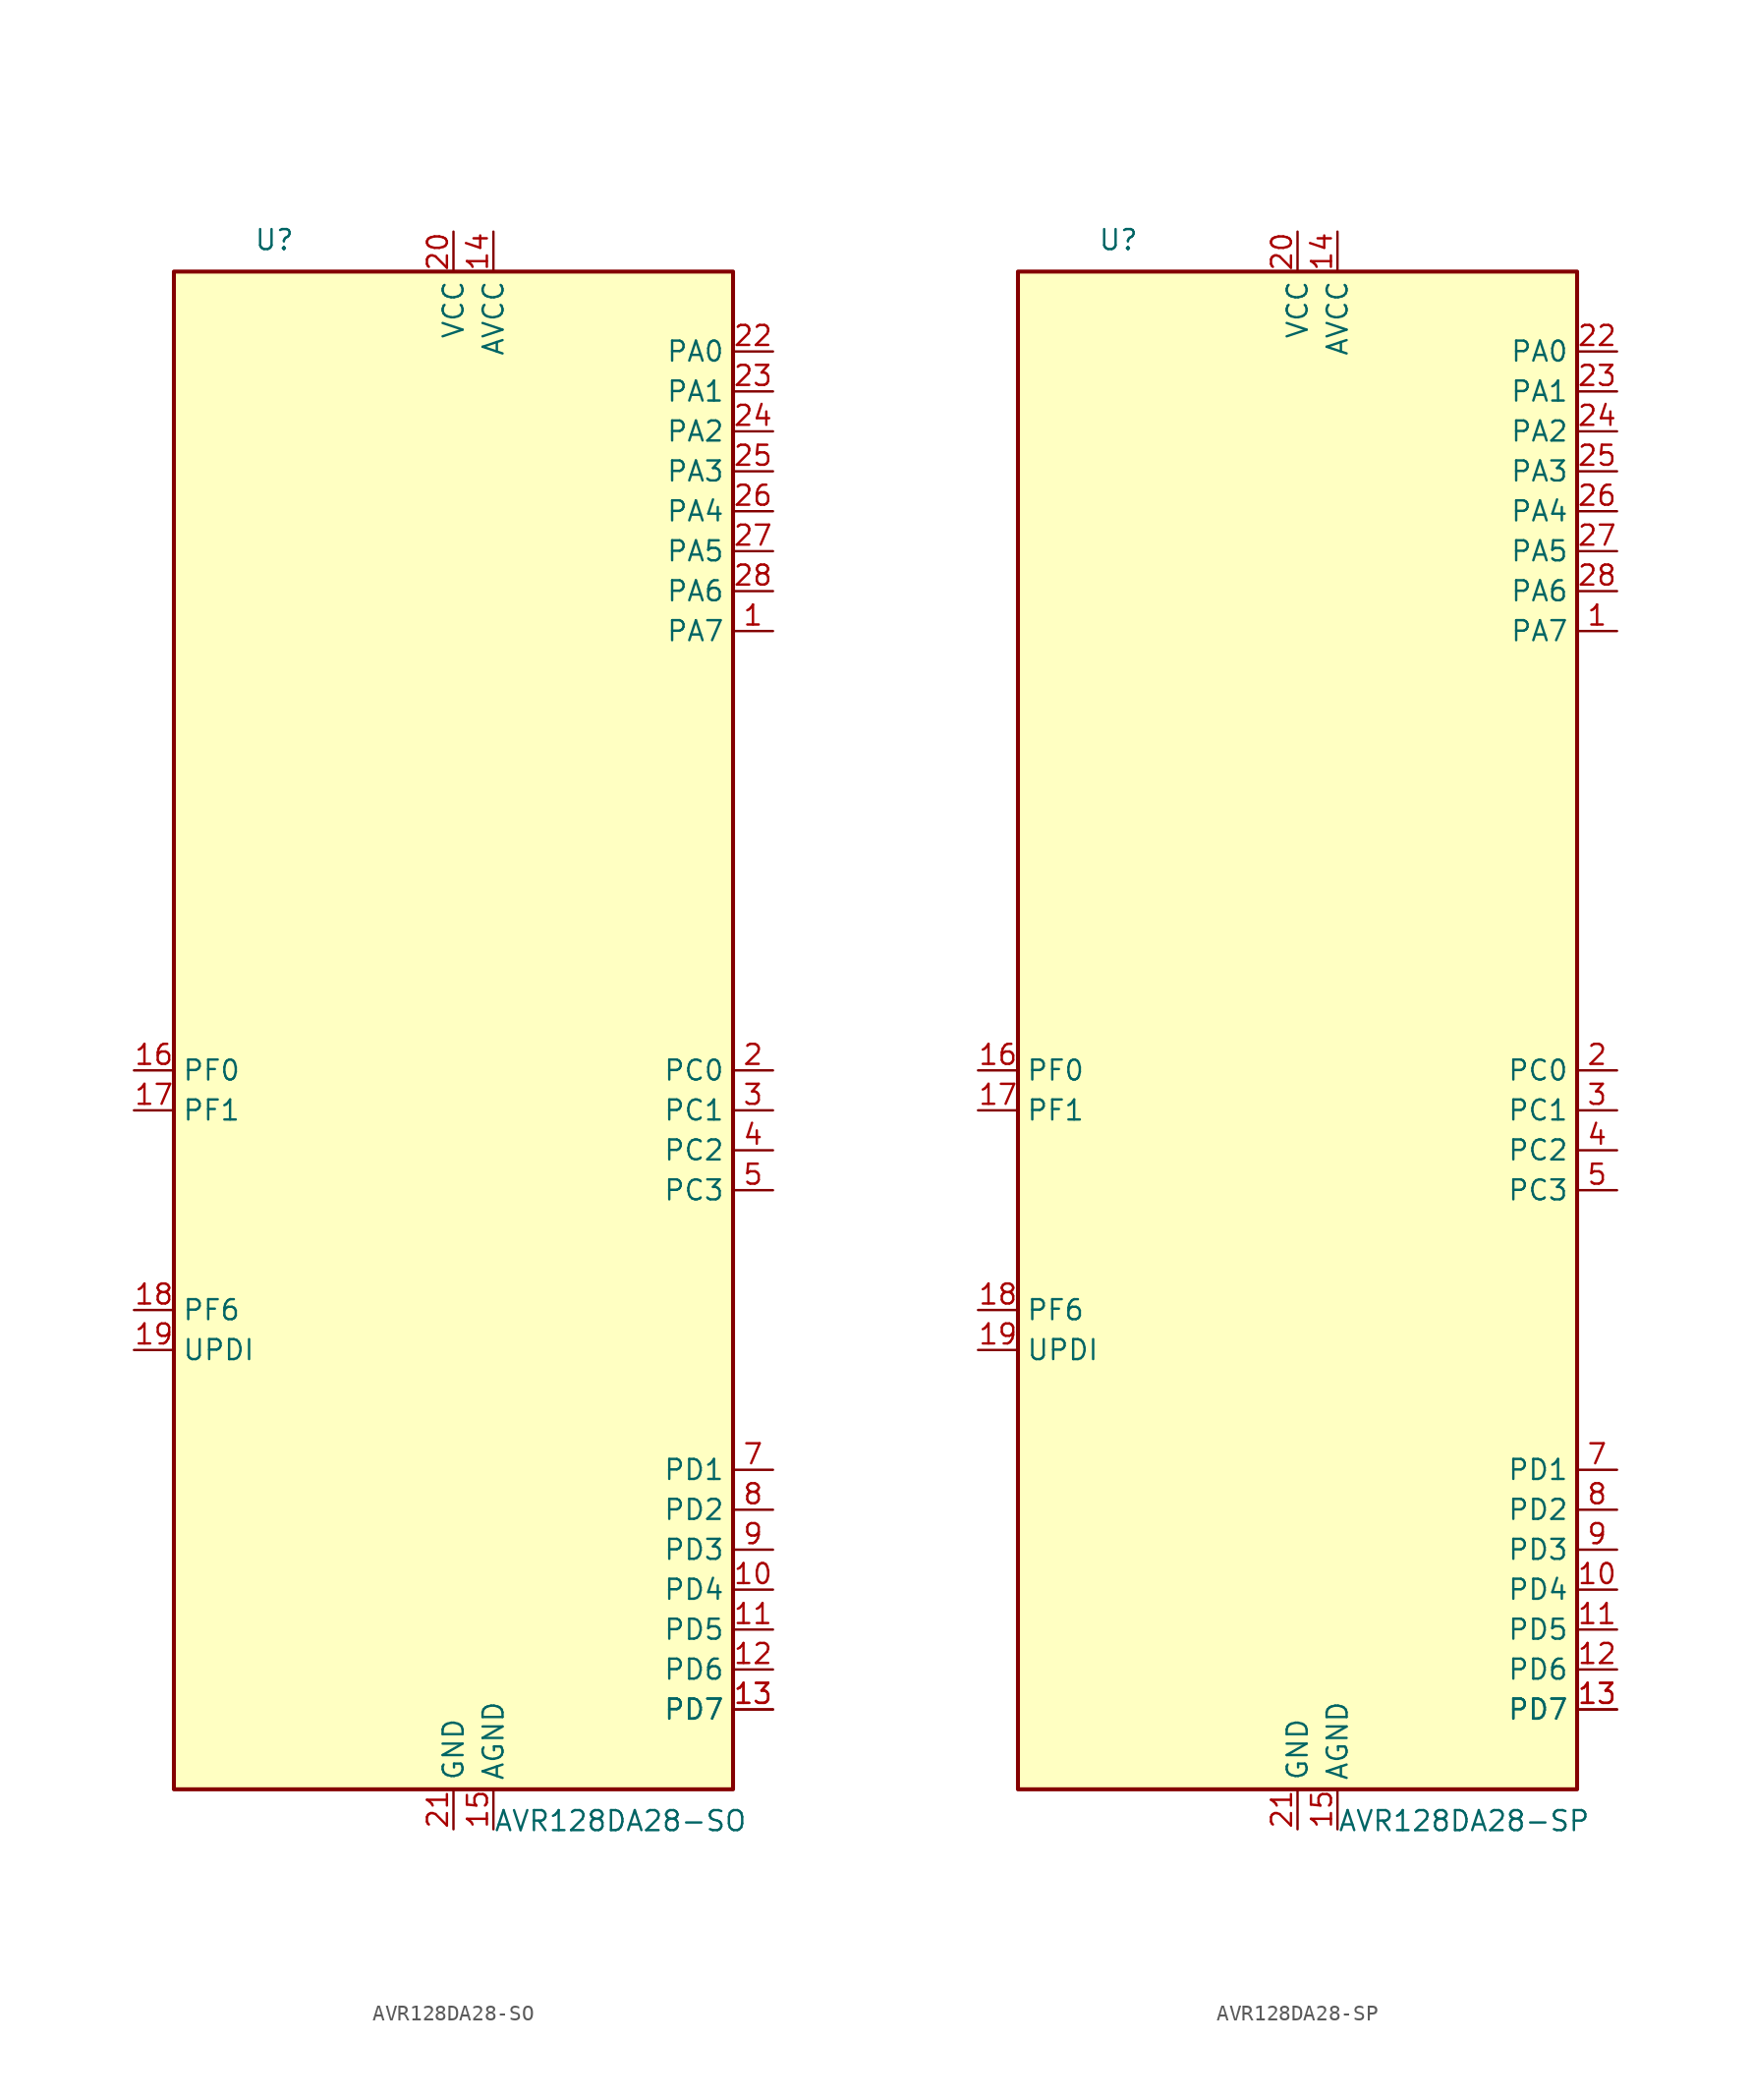
<source format=kicad_sym>
(kicad_symbol_lib
  (version 20211014)
  (generator kicad_symbol_editor)
  (symbol "AVR128DA28-SO"
    (property "Reference" "U"
      (at -12.7 49.53 0)
      (effects (font (size 1.27 1.27)) (justify left bottom)))
    (property "Value" "AVR128DA28-SO"
      (at 2.54 -49.53 0)
      (effects (font (size 1.27 1.27)) (justify left top)))
    (symbol "AVR128DA28-SO_0_1"
      (rectangle (start -17.78 -48.26) (end 17.78 48.26) (stroke (width 0.254) (type default) (color 0 0 0 0)) (fill (type background))))
    (symbol "AVR128DA28-SO_1_1"
      (pin bidirectional line (at 20.32 25.4 180) (length 2.54) (name "PA7" (effects (font (size 1.27 1.27)))) (number "1" (effects (font (size 1.27 1.27)))) (alternate "AC0-OUT" output line) (alternate "AC1-OUT" output line) (alternate "AC2-OUT" output line) (alternate "CLKOUT" output line) (alternate "EVOUTA(1)" output line) (alternate "SPI0-~{SS}" bidirectional line) (alternate "TCD0-WOD" output line) (alternate "USART0-XDIR(1)" output line) (alternate "X7" output line) (alternate "Y7" bidirectional line) (alternate "ZCD0-OUT" output line) (alternate "ZCD1-OUT" output line) (alternate "ZDC2-OUT" output line))
      (pin bidirectional line (at 20.32 -35.56 180) (length 2.54) (name "PD4" (effects (font (size 1.27 1.27)))) (number "10" (effects (font (size 1.27 1.27)))) (alternate "AC1-AINP2" input line) (alternate "AC2-AINP1" input line) (alternate "ADC0-AIN4" input line) (alternate "TCA0-WO4(3)" output line) (alternate "X20" output line) (alternate "Y20" bidirectional line))
      (pin bidirectional line (at 20.32 -38.1 180) (length 2.54) (name "PD5" (effects (font (size 1.27 1.27)))) (number "11" (effects (font (size 1.27 1.27)))) (alternate "AC1-AINN0" input line) (alternate "ADC0-AIN5" input line) (alternate "TCA0-WO5(3)" output line) (alternate "X21" output line) (alternate "Y21" bidirectional line))
      (pin bidirectional line (at 20.32 -40.64 180) (length 2.54) (name "PD6" (effects (font (size 1.27 1.27)))) (number "12" (effects (font (size 1.27 1.27)))) (alternate "AC0-AINP3" input line) (alternate "AC1-AINP3" input line) (alternate "AC2-AINP3" input line) (alternate "ADC0-AIN6" input line) (alternate "DAC0-OUT" output line) (alternate "LUT2-OUT(1)" output line) (alternate "X22" output line) (alternate "Y22" bidirectional line))
      (pin bidirectional line (at 20.32 -43.18 180) (length 2.54) (name "PD7" (effects (font (size 1.27 1.27)))) (number "13" (effects (font (size 1.27 1.27)))) (alternate "AC0-AINN2" input line) (alternate "AC1-AINN2" input line) (alternate "AC2-AINN0/2" input line) (alternate "ADC0-AIN7" input line) (alternate "EVOUTD(1)" output line) (alternate "VREFA" input line) (alternate "X23" output line) (alternate "Y23" bidirectional line))
      (pin bidirectional line (at 20.32 -43.18 180) (length 2.54) (name "PD7" (effects (font (size 1.27 1.27)))) (number "13" (effects (font (size 1.27 1.27)))) (alternate "AC0-AINN2" input line) (alternate "AC1-AINN2" input line) (alternate "AC2-AINN0/2" input line) (alternate "ADC0-AIN7" input line) (alternate "EVOUTD(1)" output line) (alternate "OP1-INN" input line) (alternate "VREFA" input line))
      (pin power_in line (at 2.54 50.8 270) (length 2.54) (name "AVCC" (effects (font (size 1.27 1.27)))) (number "14" (effects (font (size 1.27 1.27)))))
      (pin power_in line (at 2.54 -50.8 90) (length 2.54) (name "AGND" (effects (font (size 1.27 1.27)))) (number "15" (effects (font (size 1.27 1.27)))))
      (pin bidirectional line (at -20.32 -2.54 0) (length 2.54) (name "PF0" (effects (font (size 1.27 1.27)))) (number "16" (effects (font (size 1.27 1.27)))) (alternate "ADC0-AIN16(P)" input line) (alternate "LUT3-IN0" input line) (alternate "TCA0-WO0(5)" output line) (alternate "TCD0-WOA(2)" output line) (alternate "USART2-TXD" bidirectional line) (alternate "X32" output line) (alternate "XTAL32K1" passive line) (alternate "Y32" bidirectional line))
      (pin bidirectional line (at -20.32 -5.08 0) (length 2.54) (name "PF1" (effects (font (size 1.27 1.27)))) (number "17" (effects (font (size 1.27 1.27)))) (alternate "ADC0-AIN17(P)" input line) (alternate "LUT3-IN1" input line) (alternate "TCA0-WO1(5)" output line) (alternate "TCD0-WOB(2)" output line) (alternate "USART2-RXD" input line) (alternate "X33" output line) (alternate "XTAL32K2" passive line) (alternate "Y33" bidirectional line))
      (pin input line (at -20.32 -17.78 0) (length 2.54) (name "PF6" (effects (font (size 1.27 1.27)))) (number "18" (effects (font (size 1.27 1.27)))) (alternate "~{RESET}" input line))
      (pin bidirectional line (at -20.32 -20.32 0) (length 2.54) (name "UPDI" (effects (font (size 1.27 1.27)))) (number "19" (effects (font (size 1.27 1.27)))))
      (pin bidirectional line (at 20.32 -2.54 180) (length 2.54) (name "PC0" (effects (font (size 1.27 1.27)))) (number "2" (effects (font (size 1.27 1.27)))) (alternate "LUT1-IN0" input line) (alternate "SPI1-MOSI" bidirectional line) (alternate "TCA0-WO0(2)" output line) (alternate "TCB2-WO" output line) (alternate "USART1-TXD" bidirectional line))
      (pin power_in line (at 0 50.8 270) (length 2.54) (name "VCC" (effects (font (size 1.27 1.27)))) (number "20" (effects (font (size 1.27 1.27)))))
      (pin power_in line (at 0 -50.8 90) (length 2.54) (name "GND" (effects (font (size 1.27 1.27)))) (number "21" (effects (font (size 1.27 1.27)))))
      (pin bidirectional line (at 20.32 43.18 180) (length 2.54) (name "PA0" (effects (font (size 1.27 1.27)))) (number "22" (effects (font (size 1.27 1.27)))) (alternate "EXTCLK" input clock) (alternate "LUT0-IN0" input line) (alternate "TCA0-WO0" output line) (alternate "USART0-TXD" bidirectional line) (alternate "X0" output line) (alternate "Y0" bidirectional line))
      (pin bidirectional line (at 20.32 40.64 180) (length 2.54) (name "PA1" (effects (font (size 1.27 1.27)))) (number "23" (effects (font (size 1.27 1.27)))) (alternate "LUT0-IN1" input line) (alternate "TCA0-WO1" output line) (alternate "USART0-RXD" input line) (alternate "X1" output line) (alternate "Y1" bidirectional line))
      (pin bidirectional line (at 20.32 38.1 180) (length 2.54) (name "PA2" (effects (font (size 1.27 1.27)))) (number "24" (effects (font (size 1.27 1.27)))) (alternate "EVOUTA" output line) (alternate "LUT0-IN2" input line) (alternate "TCA0-WO2" output line) (alternate "TCB0-WO" output line) (alternate "TWI0-SDA(MS)" bidirectional line) (alternate "USART0-XCK" bidirectional line) (alternate "X2" output line) (alternate "Y2" bidirectional line))
      (pin bidirectional line (at 20.32 35.56 180) (length 2.54) (name "PA3" (effects (font (size 1.27 1.27)))) (number "25" (effects (font (size 1.27 1.27)))) (alternate "LUT0-OUT" output line) (alternate "TCA0-WO3" output line) (alternate "TCB1-WO" output line) (alternate "TWI0-SCL(MS)" bidirectional line) (alternate "USART0-XDIR" output line) (alternate "X3" output line) (alternate "Y3" bidirectional line))
      (pin bidirectional line (at 20.32 33.02 180) (length 2.54) (name "PA4" (effects (font (size 1.27 1.27)))) (number "26" (effects (font (size 1.27 1.27)))) (alternate "SPI0-MOSI" bidirectional line) (alternate "TCA0-WO4" output line) (alternate "TCD0-WOA" output line) (alternate "USART0-TXD(1)" bidirectional line) (alternate "X4" output line) (alternate "Y4" bidirectional line))
      (pin bidirectional line (at 20.32 30.48 180) (length 2.54) (name "PA5" (effects (font (size 1.27 1.27)))) (number "27" (effects (font (size 1.27 1.27)))) (alternate "SPI0-MISO" bidirectional line) (alternate "TCA0-WO5" output line) (alternate "TCD0-WOB" output line) (alternate "USART0-RXD(1)" input line) (alternate "X5" output line) (alternate "Y5" bidirectional line))
      (pin bidirectional line (at 20.32 27.94 180) (length 2.54) (name "PA6" (effects (font (size 1.27 1.27)))) (number "28" (effects (font (size 1.27 1.27)))) (alternate "LUT0-OUT(1)" output line) (alternate "SPI0-SCK" bidirectional line) (alternate "TCD0-WOC" output line) (alternate "USART0-XCK(1)" bidirectional line) (alternate "X6" output line) (alternate "Y6" bidirectional line))
      (pin bidirectional line (at 20.32 -5.08 180) (length 2.54) (name "PC1" (effects (font (size 1.27 1.27)))) (number "3" (effects (font (size 1.27 1.27)))) (alternate "LUT1-IN1" input line) (alternate "SPI1-MISO" bidirectional line) (alternate "TCA0-WO1(2)" output line) (alternate "TCB3-WO(1)" output line) (alternate "USART1-RXD" input line))
      (pin bidirectional line (at 20.32 -7.62 180) (length 2.54) (name "PC2" (effects (font (size 1.27 1.27)))) (number "4" (effects (font (size 1.27 1.27)))) (alternate "EVOUTC" output line) (alternate "LUT1-IN2" input line) (alternate "SPI1-SCK" bidirectional line) (alternate "TCA-WO2(2)" output line) (alternate "TWI0-SDA(MS+)(0,2)" bidirectional line) (alternate "USART1-XCK" bidirectional line))
      (pin bidirectional line (at 20.32 -10.16 180) (length 2.54) (name "PC3" (effects (font (size 1.27 1.27)))) (number "5" (effects (font (size 1.27 1.27)))) (alternate "LUT1-OUT" output line) (alternate "SPI1-~{SS}" bidirectional line) (alternate "TCA0-WO3(2)" output line) (alternate "TWI0-SCL(MS)(0,2" bidirectional line) (alternate "USART1-XDIR" output line))
      (pin power_in line (at 0 50.8 270) (length 2.54) hide (name "VCC" (effects (font (size 1.27 1.27)))) (number "6" (effects (font (size 1.27 1.27)))))
      (pin bidirectional line (at 20.32 -27.94 180) (length 2.54) (name "PD1" (effects (font (size 1.27 1.27)))) (number "7" (effects (font (size 1.27 1.27)))) (alternate "ADC0-AIN1" input line) (alternate "LUT2-IN1" input line) (alternate "TCA0-WO1(3)" output line) (alternate "X17" output line) (alternate "Y17" bidirectional line) (alternate "ZCD0-ZCIN" input line))
      (pin bidirectional line (at 20.32 -30.48 180) (length 2.54) (name "PD2" (effects (font (size 1.27 1.27)))) (number "8" (effects (font (size 1.27 1.27)))) (alternate "AC0-AINP0" input line) (alternate "AC1-AINP0" input line) (alternate "AC2-AINP0" input line) (alternate "ADC0-AIN2" input line) (alternate "EVOUTD" output line) (alternate "LUT2-IN2" input line) (alternate "TCA0-WO2(3)" output line) (alternate "X18" output line) (alternate "Y18" bidirectional line))
      (pin bidirectional line (at 20.32 -33.02 180) (length 2.54) (name "PD3" (effects (font (size 1.27 1.27)))) (number "9" (effects (font (size 1.27 1.27)))) (alternate "AC0-AINN0" input line) (alternate "AC1-AINP1" input line) (alternate "ADC0-AIN3" input line) (alternate "LUT2-OUT" output line) (alternate "TCA0-WO3(3)" output line) (alternate "X19" output line) (alternate "Y19" bidirectional line))))
  (symbol "AVR128DA28-SP"
    (property "Reference" "U"
      (at -12.7 49.53 0)
      (effects (font (size 1.27 1.27)) (justify left bottom)))
    (property "Value" "AVR128DA28-SP"
      (at 2.54 -49.53 0)
      (effects (font (size 1.27 1.27)) (justify left top)))
    (symbol "AVR128DA28-SP_0_1"
      (rectangle (start -17.78 -48.26) (end 17.78 48.26) (stroke (width 0.254) (type default) (color 0 0 0 0)) (fill (type background))))
    (symbol "AVR128DA28-SP_1_1"
      (pin bidirectional line (at 20.32 25.4 180) (length 2.54) (name "PA7" (effects (font (size 1.27 1.27)))) (number "1" (effects (font (size 1.27 1.27)))) (alternate "AC0-OUT" output line) (alternate "AC1-OUT" output line) (alternate "AC2-OUT" output line) (alternate "CLKOUT" output line) (alternate "EVOUTA(1)" output line) (alternate "SPI0-~{SS}" bidirectional line) (alternate "TCD0-WOD" output line) (alternate "USART0-XDIR(1)" output line) (alternate "X7" output line) (alternate "Y7" bidirectional line) (alternate "ZCD0-OUT" output line) (alternate "ZCD1-OUT" output line) (alternate "ZDC2-OUT" output line))
      (pin bidirectional line (at 20.32 -35.56 180) (length 2.54) (name "PD4" (effects (font (size 1.27 1.27)))) (number "10" (effects (font (size 1.27 1.27)))) (alternate "AC1-AINP2" input line) (alternate "AC2-AINP1" input line) (alternate "ADC0-AIN4" input line) (alternate "TCA0-WO4(3)" output line) (alternate "X20" output line) (alternate "Y20" bidirectional line))
      (pin bidirectional line (at 20.32 -38.1 180) (length 2.54) (name "PD5" (effects (font (size 1.27 1.27)))) (number "11" (effects (font (size 1.27 1.27)))) (alternate "AC1-AINN0" input line) (alternate "ADC0-AIN5" input line) (alternate "TCA0-WO5(3)" output line) (alternate "X21" output line) (alternate "Y21" bidirectional line))
      (pin bidirectional line (at 20.32 -40.64 180) (length 2.54) (name "PD6" (effects (font (size 1.27 1.27)))) (number "12" (effects (font (size 1.27 1.27)))) (alternate "AC0-AINP3" input line) (alternate "AC1-AINP3" input line) (alternate "AC2-AINP3" input line) (alternate "ADC0-AIN6" input line) (alternate "DAC0-OUT" output line) (alternate "LUT2-OUT(1)" output line) (alternate "X22" output line) (alternate "Y22" bidirectional line))
      (pin bidirectional line (at 20.32 -43.18 180) (length 2.54) (name "PD7" (effects (font (size 1.27 1.27)))) (number "13" (effects (font (size 1.27 1.27)))) (alternate "AC0-AINN2" input line) (alternate "AC1-AINN2" input line) (alternate "AC2-AINN0/2" input line) (alternate "ADC0-AIN7" input line) (alternate "EVOUTD(1)" output line) (alternate "VREFA" input line) (alternate "X23" output line) (alternate "Y23" bidirectional line))
      (pin bidirectional line (at 20.32 -43.18 180) (length 2.54) (name "PD7" (effects (font (size 1.27 1.27)))) (number "13" (effects (font (size 1.27 1.27)))) (alternate "AC0-AINN2" input line) (alternate "AC1-AINN2" input line) (alternate "AC2-AINN0/2" input line) (alternate "ADC0-AIN7" input line) (alternate "EVOUTD(1)" output line) (alternate "OP1-INN" input line) (alternate "VREFA" input line))
      (pin power_in line (at 2.54 50.8 270) (length 2.54) (name "AVCC" (effects (font (size 1.27 1.27)))) (number "14" (effects (font (size 1.27 1.27)))))
      (pin power_in line (at 2.54 -50.8 90) (length 2.54) (name "AGND" (effects (font (size 1.27 1.27)))) (number "15" (effects (font (size 1.27 1.27)))))
      (pin bidirectional line (at -20.32 -2.54 0) (length 2.54) (name "PF0" (effects (font (size 1.27 1.27)))) (number "16" (effects (font (size 1.27 1.27)))) (alternate "ADC0-AIN16(P)" input line) (alternate "LUT3-IN0" input line) (alternate "TCA0-WO0(5)" output line) (alternate "TCD0-WOA(2)" output line) (alternate "USART2-TXD" bidirectional line) (alternate "X32" output line) (alternate "XTAL32K1" passive line) (alternate "Y32" bidirectional line))
      (pin bidirectional line (at -20.32 -5.08 0) (length 2.54) (name "PF1" (effects (font (size 1.27 1.27)))) (number "17" (effects (font (size 1.27 1.27)))) (alternate "ADC0-AIN17(P)" input line) (alternate "LUT3-IN1" input line) (alternate "TCA0-WO1(5)" output line) (alternate "TCD0-WOB(2)" output line) (alternate "USART2-RXD" input line) (alternate "X33" output line) (alternate "XTAL32K2" passive line) (alternate "Y33" bidirectional line))
      (pin input line (at -20.32 -17.78 0) (length 2.54) (name "PF6" (effects (font (size 1.27 1.27)))) (number "18" (effects (font (size 1.27 1.27)))) (alternate "~{RESET}" input line))
      (pin bidirectional line (at -20.32 -20.32 0) (length 2.54) (name "UPDI" (effects (font (size 1.27 1.27)))) (number "19" (effects (font (size 1.27 1.27)))))
      (pin bidirectional line (at 20.32 -2.54 180) (length 2.54) (name "PC0" (effects (font (size 1.27 1.27)))) (number "2" (effects (font (size 1.27 1.27)))) (alternate "LUT1-IN0" input line) (alternate "SPI1-MOSI" bidirectional line) (alternate "TCA0-WO0(2)" output line) (alternate "TCB2-WO" output line) (alternate "USART1-TXD" bidirectional line))
      (pin power_in line (at 0 50.8 270) (length 2.54) (name "VCC" (effects (font (size 1.27 1.27)))) (number "20" (effects (font (size 1.27 1.27)))))
      (pin power_in line (at 0 -50.8 90) (length 2.54) (name "GND" (effects (font (size 1.27 1.27)))) (number "21" (effects (font (size 1.27 1.27)))))
      (pin bidirectional line (at 20.32 43.18 180) (length 2.54) (name "PA0" (effects (font (size 1.27 1.27)))) (number "22" (effects (font (size 1.27 1.27)))) (alternate "EXTCLK" input clock) (alternate "LUT0-IN0" input line) (alternate "TCA0-WO0" output line) (alternate "USART0-TXD" bidirectional line) (alternate "X0" output line) (alternate "Y0" bidirectional line))
      (pin bidirectional line (at 20.32 40.64 180) (length 2.54) (name "PA1" (effects (font (size 1.27 1.27)))) (number "23" (effects (font (size 1.27 1.27)))) (alternate "LUT0-IN1" input line) (alternate "TCA0-WO1" output line) (alternate "USART0-RXD" input line) (alternate "X1" output line) (alternate "Y1" bidirectional line))
      (pin bidirectional line (at 20.32 38.1 180) (length 2.54) (name "PA2" (effects (font (size 1.27 1.27)))) (number "24" (effects (font (size 1.27 1.27)))) (alternate "EVOUTA" output line) (alternate "LUT0-IN2" input line) (alternate "TCA0-WO2" output line) (alternate "TCB0-WO" output line) (alternate "TWI0-SDA(MS)" bidirectional line) (alternate "USART0-XCK" bidirectional line) (alternate "X2" output line) (alternate "Y2" bidirectional line))
      (pin bidirectional line (at 20.32 35.56 180) (length 2.54) (name "PA3" (effects (font (size 1.27 1.27)))) (number "25" (effects (font (size 1.27 1.27)))) (alternate "LUT0-OUT" output line) (alternate "TCA0-WO3" output line) (alternate "TCB1-WO" output line) (alternate "TWI0-SCL(MS)" bidirectional line) (alternate "USART0-XDIR" output line) (alternate "X3" output line) (alternate "Y3" bidirectional line))
      (pin bidirectional line (at 20.32 33.02 180) (length 2.54) (name "PA4" (effects (font (size 1.27 1.27)))) (number "26" (effects (font (size 1.27 1.27)))) (alternate "SPI0-MOSI" bidirectional line) (alternate "TCA0-WO4" output line) (alternate "TCD0-WOA" output line) (alternate "USART0-TXD(1)" bidirectional line) (alternate "X4" output line) (alternate "Y4" bidirectional line))
      (pin bidirectional line (at 20.32 30.48 180) (length 2.54) (name "PA5" (effects (font (size 1.27 1.27)))) (number "27" (effects (font (size 1.27 1.27)))) (alternate "SPI0-MISO" bidirectional line) (alternate "TCA0-WO5" output line) (alternate "TCD0-WOB" output line) (alternate "USART0-RXD(1)" input line) (alternate "X5" output line) (alternate "Y5" bidirectional line))
      (pin bidirectional line (at 20.32 27.94 180) (length 2.54) (name "PA6" (effects (font (size 1.27 1.27)))) (number "28" (effects (font (size 1.27 1.27)))) (alternate "LUT0-OUT(1)" output line) (alternate "SPI0-SCK" bidirectional line) (alternate "TCD0-WOC" output line) (alternate "USART0-XCK(1)" bidirectional line) (alternate "X6" output line) (alternate "Y6" bidirectional line))
      (pin bidirectional line (at 20.32 -5.08 180) (length 2.54) (name "PC1" (effects (font (size 1.27 1.27)))) (number "3" (effects (font (size 1.27 1.27)))) (alternate "LUT1-IN1" input line) (alternate "SPI1-MISO" bidirectional line) (alternate "TCA0-WO1(2)" output line) (alternate "TCB3-WO(1)" output line) (alternate "USART1-RXD" input line))
      (pin bidirectional line (at 20.32 -7.62 180) (length 2.54) (name "PC2" (effects (font (size 1.27 1.27)))) (number "4" (effects (font (size 1.27 1.27)))) (alternate "EVOUTC" output line) (alternate "LUT1-IN2" input line) (alternate "SPI1-SCK" bidirectional line) (alternate "TCA-WO2(2)" output line) (alternate "TWI0-SDA(MS+)(0,2)" bidirectional line) (alternate "USART1-XCK" bidirectional line))
      (pin bidirectional line (at 20.32 -10.16 180) (length 2.54) (name "PC3" (effects (font (size 1.27 1.27)))) (number "5" (effects (font (size 1.27 1.27)))) (alternate "LUT1-OUT" output line) (alternate "SPI1-~{SS}" bidirectional line) (alternate "TCA0-WO3(2)" output line) (alternate "TWI0-SCL(MS)(0,2" bidirectional line) (alternate "USART1-XDIR" output line))
      (pin power_in line (at 0 50.8 270) (length 2.54) hide (name "VCC" (effects (font (size 1.27 1.27)))) (number "6" (effects (font (size 1.27 1.27)))))
      (pin bidirectional line (at 20.32 -27.94 180) (length 2.54) (name "PD1" (effects (font (size 1.27 1.27)))) (number "7" (effects (font (size 1.27 1.27)))) (alternate "ADC0-AIN1" input line) (alternate "LUT2-IN1" input line) (alternate "TCA0-WO1(3)" output line) (alternate "X17" output line) (alternate "Y17" bidirectional line) (alternate "ZCD0-ZCIN" input line))
      (pin bidirectional line (at 20.32 -30.48 180) (length 2.54) (name "PD2" (effects (font (size 1.27 1.27)))) (number "8" (effects (font (size 1.27 1.27)))) (alternate "AC0-AINP0" input line) (alternate "AC1-AINP0" input line) (alternate "AC2-AINP0" input line) (alternate "ADC0-AIN2" input line) (alternate "EVOUTD" output line) (alternate "LUT2-IN2" input line) (alternate "TCA0-WO2(3)" output line) (alternate "X18" output line) (alternate "Y18" bidirectional line))
      (pin bidirectional line (at 20.32 -33.02 180) (length 2.54) (name "PD3" (effects (font (size 1.27 1.27)))) (number "9" (effects (font (size 1.27 1.27)))) (alternate "AC0-AINN0" input line) (alternate "AC1-AINP1" input line) (alternate "ADC0-AIN3" input line) (alternate "LUT2-OUT" output line) (alternate "TCA0-WO3(3)" output line) (alternate "X19" output line) (alternate "Y19" bidirectional line)))))
</source>
